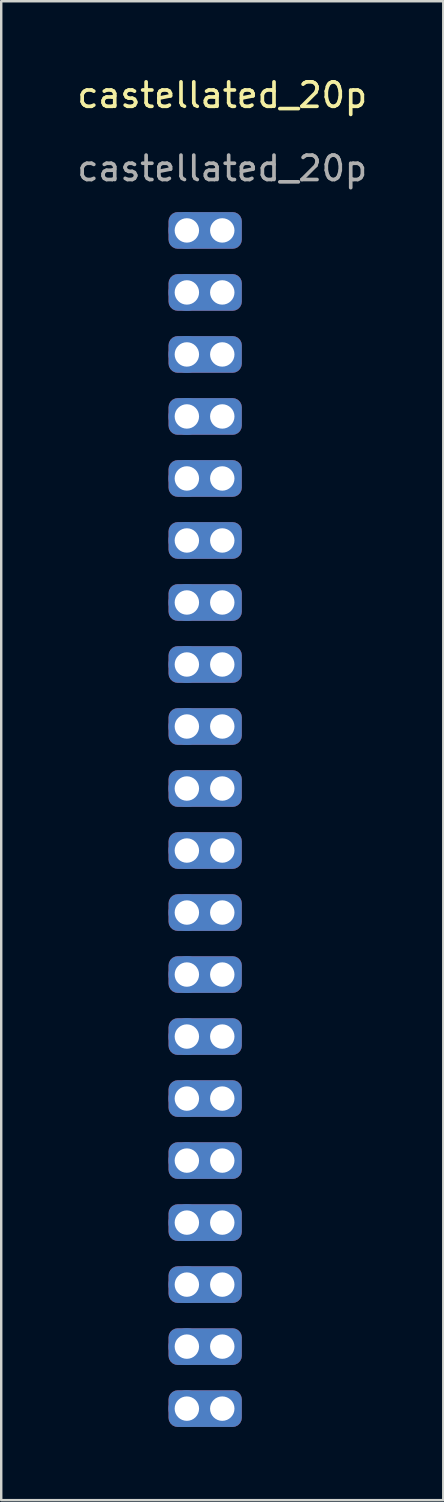
<source format=kicad_pcb>
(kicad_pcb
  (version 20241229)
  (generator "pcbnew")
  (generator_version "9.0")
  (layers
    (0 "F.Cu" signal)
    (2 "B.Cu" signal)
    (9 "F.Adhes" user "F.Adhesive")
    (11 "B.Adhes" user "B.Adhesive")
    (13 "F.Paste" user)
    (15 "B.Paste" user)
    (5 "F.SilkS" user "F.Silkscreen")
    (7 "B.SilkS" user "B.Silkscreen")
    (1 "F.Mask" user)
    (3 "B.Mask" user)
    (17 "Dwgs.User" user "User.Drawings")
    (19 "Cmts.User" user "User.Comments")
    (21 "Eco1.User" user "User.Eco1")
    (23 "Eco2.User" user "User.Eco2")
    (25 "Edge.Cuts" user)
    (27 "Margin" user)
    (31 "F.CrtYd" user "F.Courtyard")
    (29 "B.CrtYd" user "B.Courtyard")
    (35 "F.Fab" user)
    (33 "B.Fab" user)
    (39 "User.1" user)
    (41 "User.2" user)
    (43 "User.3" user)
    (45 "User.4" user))
  (footprint "castellated_20p"
    (layer "F.Cu")
    (at 6.054 6.388)
    (property "Reference" "castellated_20p" (at 0 -5.54 0) (unlocked yes) (layer "F.SilkS") (effects (font (size 1 1) (thickness 0.15))))
    (attr through_hole)
    (fp_text user "${REFERENCE}" (at 0 -2.54 0) (unlocked yes) (layer "F.Fab") (effects (font (size 1 1) (thickness 0.15))))
    (pad "1" thru_hole circle (at -1.45 0) (size 1.5 1.5) (drill 1) (layers "*.Cu" "*.Mask"))
    (pad "1" thru_hole roundrect (at 0 0) (size 3 1.5) (drill 1 (offset -0.7 0)) (layers "*.Cu" "*.Mask") (roundrect_rratio 0.25))
    (pad "2" thru_hole circle (at -1.45 2.54) (size 1.5 1.5) (drill 1) (layers "*.Cu" "*.Mask"))
    (pad "2" thru_hole roundrect (at 0 2.54) (size 3 1.5) (drill 1 (offset -0.7 0)) (layers "*.Cu" "*.Mask") (roundrect_rratio 0.25))
    (pad "3" thru_hole circle (at -1.45 5.08) (size 1.5 1.5) (drill 1) (layers "*.Cu" "*.Mask"))
    (pad "3" thru_hole roundrect (at 0 5.08) (size 3 1.5) (drill 1 (offset -0.7 0)) (layers "*.Cu" "*.Mask") (roundrect_rratio 0.25))
    (pad "4" thru_hole circle (at -1.45 7.62) (size 1.5 1.5) (drill 1) (layers "*.Cu" "*.Mask"))
    (pad "4" thru_hole roundrect (at 0 7.62) (size 3 1.5) (drill 1 (offset -0.7 0)) (layers "*.Cu" "*.Mask") (roundrect_rratio 0.25))
    (pad "5" thru_hole circle (at -1.45 10.16) (size 1.5 1.5) (drill 1) (layers "*.Cu" "*.Mask"))
    (pad "5" thru_hole roundrect (at 0 10.16) (size 3 1.5) (drill 1 (offset -0.7 0)) (layers "*.Cu" "*.Mask") (roundrect_rratio 0.25))
    (pad "6" thru_hole circle (at -1.45 12.7) (size 1.5 1.5) (drill 1) (layers "*.Cu" "*.Mask"))
    (pad "6" thru_hole roundrect (at 0 12.7) (size 3 1.5) (drill 1 (offset -0.7 0)) (layers "*.Cu" "*.Mask") (roundrect_rratio 0.25))
    (pad "7" thru_hole circle (at -1.45 15.24) (size 1.5 1.5) (drill 1) (layers "*.Cu" "*.Mask"))
    (pad "7" thru_hole roundrect (at 0 15.24) (size 3 1.5) (drill 1 (offset -0.7 0)) (layers "*.Cu" "*.Mask") (roundrect_rratio 0.25))
    (pad "8" thru_hole circle (at -1.45 17.78) (size 1.5 1.5) (drill 1) (layers "*.Cu" "*.Mask"))
    (pad "8" thru_hole roundrect (at 0 17.78) (size 3 1.5) (drill 1 (offset -0.7 0)) (layers "*.Cu" "*.Mask") (roundrect_rratio 0.25))
    (pad "9" thru_hole circle (at -1.45 20.32) (size 1.5 1.5) (drill 1) (layers "*.Cu" "*.Mask"))
    (pad "9" thru_hole roundrect (at 0 20.32) (size 3 1.5) (drill 1 (offset -0.7 0)) (layers "*.Cu" "*.Mask") (roundrect_rratio 0.25))
    (pad "10" thru_hole circle (at -1.45 22.86) (size 1.5 1.5) (drill 1) (layers "*.Cu" "*.Mask"))
    (pad "10" thru_hole roundrect (at 0 22.86) (size 3 1.5) (drill 1 (offset -0.7 0)) (layers "*.Cu" "*.Mask") (roundrect_rratio 0.25))
    (pad "11" thru_hole circle (at -1.45 25.4) (size 1.5 1.5) (drill 1) (layers "*.Cu" "*.Mask"))
    (pad "11" thru_hole roundrect (at 0 25.4) (size 3 1.5) (drill 1 (offset -0.7 0)) (layers "*.Cu" "*.Mask") (roundrect_rratio 0.25))
    (pad "12" thru_hole circle (at -1.45 27.94) (size 1.5 1.5) (drill 1) (layers "*.Cu" "*.Mask"))
    (pad "12" thru_hole roundrect (at 0 27.94) (size 3 1.5) (drill 1 (offset -0.7 0)) (layers "*.Cu" "*.Mask") (roundrect_rratio 0.25))
    (pad "13" thru_hole circle (at -1.45 30.48) (size 1.5 1.5) (drill 1) (layers "*.Cu" "*.Mask"))
    (pad "13" thru_hole roundrect (at 0 30.48) (size 3 1.5) (drill 1 (offset -0.7 0)) (layers "*.Cu" "*.Mask") (roundrect_rratio 0.25))
    (pad "14" thru_hole circle (at -1.45 33.02) (size 1.5 1.5) (drill 1) (layers "*.Cu" "*.Mask"))
    (pad "14" thru_hole roundrect (at 0 33.02) (size 3 1.5) (drill 1 (offset -0.7 0)) (layers "*.Cu" "*.Mask") (roundrect_rratio 0.25))
    (pad "15" thru_hole circle (at -1.45 35.56) (size 1.5 1.5) (drill 1) (layers "*.Cu" "*.Mask"))
    (pad "15" thru_hole roundrect (at 0 35.56) (size 3 1.5) (drill 1 (offset -0.7 0)) (layers "*.Cu" "*.Mask") (roundrect_rratio 0.25))
    (pad "16" thru_hole circle (at -1.45 38.1) (size 1.5 1.5) (drill 1) (layers "*.Cu" "*.Mask"))
    (pad "16" thru_hole roundrect (at 0 38.1) (size 3 1.5) (drill 1 (offset -0.7 0)) (layers "*.Cu" "*.Mask") (roundrect_rratio 0.25))
    (pad "17" thru_hole circle (at -1.45 40.64) (size 1.5 1.5) (drill 1) (layers "*.Cu" "*.Mask"))
    (pad "17" thru_hole roundrect (at 0 40.64) (size 3 1.5) (drill 1 (offset -0.7 0)) (layers "*.Cu" "*.Mask") (roundrect_rratio 0.25))
    (pad "18" thru_hole circle (at -1.45 43.18) (size 1.5 1.5) (drill 1) (layers "*.Cu" "*.Mask"))
    (pad "18" thru_hole roundrect (at 0 43.18) (size 3 1.5) (drill 1 (offset -0.7 0)) (layers "*.Cu" "*.Mask") (roundrect_rratio 0.25))
    (pad "19" thru_hole circle (at -1.45 45.72) (size 1.5 1.5) (drill 1) (layers "*.Cu" "*.Mask"))
    (pad "19" thru_hole roundrect (at 0 45.72) (size 3 1.5) (drill 1 (offset -0.7 0)) (layers "*.Cu" "*.Mask") (roundrect_rratio 0.25))
    (pad "20" thru_hole circle (at -1.45 48.26) (size 1.5 1.5) (drill 1) (layers "*.Cu" "*.Mask"))
    (pad "20" thru_hole roundrect (at 0 48.26) (size 3 1.5) (drill 1 (offset -0.7 0)) (layers "*.Cu" "*.Mask") (roundrect_rratio 0.25)))
  (gr_rect
    (start -3 -3)
    (end 15.107 58.398)
    (stroke (width 0.1) (type default))
    (fill no)
    (layer "Edge.Cuts")))
</source>
